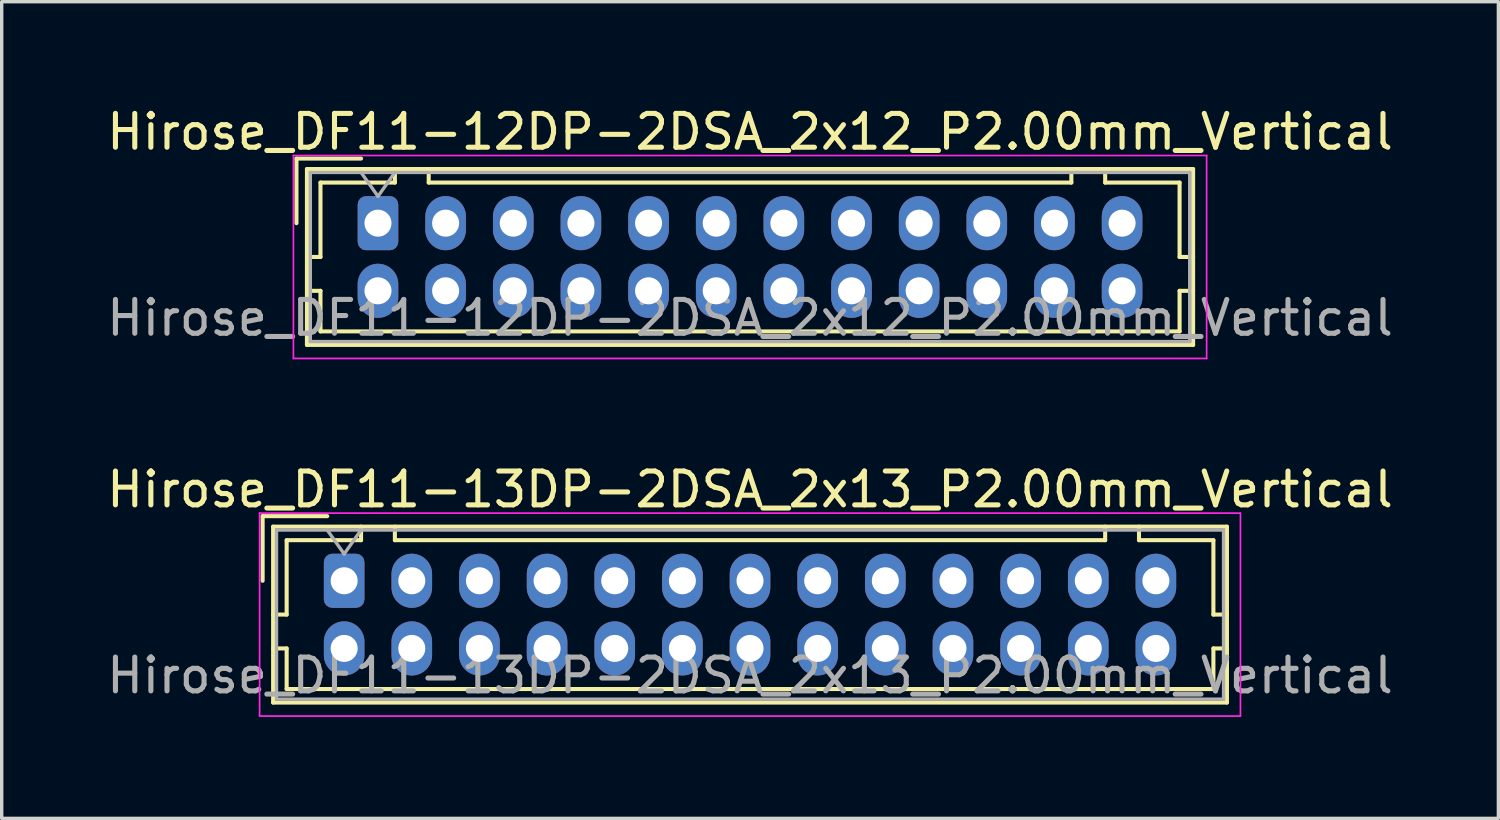
<source format=kicad_pcb>
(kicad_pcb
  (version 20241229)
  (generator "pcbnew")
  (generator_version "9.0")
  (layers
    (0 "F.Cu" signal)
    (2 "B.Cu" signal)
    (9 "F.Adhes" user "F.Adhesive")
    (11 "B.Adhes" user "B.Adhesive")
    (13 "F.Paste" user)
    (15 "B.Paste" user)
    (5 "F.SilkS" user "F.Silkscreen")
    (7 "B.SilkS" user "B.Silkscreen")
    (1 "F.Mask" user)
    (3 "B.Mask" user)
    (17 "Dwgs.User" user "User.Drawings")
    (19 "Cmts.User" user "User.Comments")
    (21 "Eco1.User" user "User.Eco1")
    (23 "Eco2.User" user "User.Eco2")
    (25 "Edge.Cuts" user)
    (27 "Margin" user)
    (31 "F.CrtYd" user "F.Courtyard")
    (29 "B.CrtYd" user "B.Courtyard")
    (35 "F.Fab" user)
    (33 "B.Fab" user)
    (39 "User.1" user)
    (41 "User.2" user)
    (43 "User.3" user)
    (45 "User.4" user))
  (footprint "Hirose_DF11-13DP-2DSA_2x13_P2.00mm_Vertical"
    (layer "F.Cu")
    (at 7.125 14.121)
    (property "Reference" "Hirose_DF11-13DP-2DSA_2x13_P2.00mm_Vertical" (at 12 -2.7 0) (layer "F.SilkS") (effects (font (size 1 1) (thickness 0.15))))
    (attr through_hole)
    (fp_line (start -2.41 -1.91) (end -0.5 -1.91) (stroke (width 0.12) (type solid)) (layer "F.SilkS"))
    (fp_line (start -2.41 0) (end -2.41 -1.91) (stroke (width 0.12) (type solid)) (layer "F.SilkS"))
    (fp_line (start -2.1 -1.6) (end -2.1 3.6) (stroke (width 0.12) (type solid)) (layer "F.SilkS"))
    (fp_line (start -2.1 1) (end -1.7 1) (stroke (width 0.12) (type solid)) (layer "F.SilkS"))
    (fp_line (start -2.1 2) (end -1.7 2) (stroke (width 0.12) (type solid)) (layer "F.SilkS"))
    (fp_line (start -2.1 3.6) (end 26.1 3.6) (stroke (width 0.12) (type solid)) (layer "F.SilkS"))
    (fp_line (start -1.7 -1.2) (end 0.5 -1.2) (stroke (width 0.12) (type solid)) (layer "F.SilkS"))
    (fp_line (start -1.7 1) (end -1.7 -1.2) (stroke (width 0.12) (type solid)) (layer "F.SilkS"))
    (fp_line (start -1.7 2) (end -1.7 3.2) (stroke (width 0.12) (type solid)) (layer "F.SilkS"))
    (fp_line (start -1.7 3.2) (end 25.7 3.2) (stroke (width 0.12) (type solid)) (layer "F.SilkS"))
    (fp_line (start 0.5 -1.2) (end 0.5 -1.6) (stroke (width 0.12) (type solid)) (layer "F.SilkS"))
    (fp_line (start 1.5 -1.6) (end 1.5 -1.2) (stroke (width 0.12) (type solid)) (layer "F.SilkS"))
    (fp_line (start 1.5 -1.2) (end 22.5 -1.2) (stroke (width 0.12) (type solid)) (layer "F.SilkS"))
    (fp_line (start 22.5 -1.2) (end 22.5 -1.6) (stroke (width 0.12) (type solid)) (layer "F.SilkS"))
    (fp_line (start 23.5 -1.2) (end 23.5 -1.6) (stroke (width 0.12) (type solid)) (layer "F.SilkS"))
    (fp_line (start 25.7 -1.2) (end 23.5 -1.2) (stroke (width 0.12) (type solid)) (layer "F.SilkS"))
    (fp_line (start 25.7 1) (end 25.7 -1.2) (stroke (width 0.12) (type solid)) (layer "F.SilkS"))
    (fp_line (start 25.7 2) (end 26.1 2) (stroke (width 0.12) (type solid)) (layer "F.SilkS"))
    (fp_line (start 25.7 3.2) (end 25.7 2) (stroke (width 0.12) (type solid)) (layer "F.SilkS"))
    (fp_line (start 26.1 -1.6) (end -2.1 -1.6) (stroke (width 0.12) (type solid)) (layer "F.SilkS"))
    (fp_line (start 26.1 1) (end 25.7 1) (stroke (width 0.12) (type solid)) (layer "F.SilkS"))
    (fp_line (start 26.1 3.6) (end 26.1 -1.6) (stroke (width 0.12) (type solid)) (layer "F.SilkS"))
    (fp_line (start -2.5 -2) (end -2.5 4) (stroke (width 0.05) (type solid)) (layer "F.CrtYd"))
    (fp_line (start -2.5 4) (end 26.5 4) (stroke (width 0.05) (type solid)) (layer "F.CrtYd"))
    (fp_line (start 26.5 -2) (end -2.5 -2) (stroke (width 0.05) (type solid)) (layer "F.CrtYd"))
    (fp_line (start 26.5 4) (end 26.5 -2) (stroke (width 0.05) (type solid)) (layer "F.CrtYd"))
    (fp_line (start -2 -1.5) (end -2 3.5) (stroke (width 0.1) (type solid)) (layer "F.Fab"))
    (fp_line (start -2 3.5) (end 26 3.5) (stroke (width 0.1) (type solid)) (layer "F.Fab"))
    (fp_line (start -0.5 -1.5) (end 0 -0.793) (stroke (width 0.1) (type solid)) (layer "F.Fab"))
    (fp_line (start 0 -0.793) (end 0.5 -1.5) (stroke (width 0.1) (type solid)) (layer "F.Fab"))
    (fp_line (start 26 -1.5) (end -2 -1.5) (stroke (width 0.1) (type solid)) (layer "F.Fab"))
    (fp_line (start 26 3.5) (end 26 -1.5) (stroke (width 0.1) (type solid)) (layer "F.Fab"))
    (fp_text user "${REFERENCE}" (at 12 2.8 0) (layer "F.Fab") (effects (font (size 1 1) (thickness 0.15))))
    (pad "1" thru_hole roundrect (at 0 0) (size 1.2 1.6) (drill 0.8) (layers "*.Cu" "*.Mask") (roundrect_rratio 0.208))
    (pad "2" thru_hole oval (at 0 2) (size 1.2 1.6) (drill 0.8) (layers "*.Cu" "*.Mask"))
    (pad "3" thru_hole oval (at 2 0) (size 1.2 1.6) (drill 0.8) (layers "*.Cu" "*.Mask"))
    (pad "4" thru_hole oval (at 2 2) (size 1.2 1.6) (drill 0.8) (layers "*.Cu" "*.Mask"))
    (pad "5" thru_hole oval (at 4 0) (size 1.2 1.6) (drill 0.8) (layers "*.Cu" "*.Mask"))
    (pad "6" thru_hole oval (at 4 2) (size 1.2 1.6) (drill 0.8) (layers "*.Cu" "*.Mask"))
    (pad "7" thru_hole oval (at 6 0) (size 1.2 1.6) (drill 0.8) (layers "*.Cu" "*.Mask"))
    (pad "8" thru_hole oval (at 6 2) (size 1.2 1.6) (drill 0.8) (layers "*.Cu" "*.Mask"))
    (pad "9" thru_hole oval (at 8 0) (size 1.2 1.6) (drill 0.8) (layers "*.Cu" "*.Mask"))
    (pad "10" thru_hole oval (at 8 2) (size 1.2 1.6) (drill 0.8) (layers "*.Cu" "*.Mask"))
    (pad "11" thru_hole oval (at 10 0) (size 1.2 1.6) (drill 0.8) (layers "*.Cu" "*.Mask"))
    (pad "12" thru_hole oval (at 10 2) (size 1.2 1.6) (drill 0.8) (layers "*.Cu" "*.Mask"))
    (pad "13" thru_hole oval (at 12 0) (size 1.2 1.6) (drill 0.8) (layers "*.Cu" "*.Mask"))
    (pad "14" thru_hole oval (at 12 2) (size 1.2 1.6) (drill 0.8) (layers "*.Cu" "*.Mask"))
    (pad "15" thru_hole oval (at 14 0) (size 1.2 1.6) (drill 0.8) (layers "*.Cu" "*.Mask"))
    (pad "16" thru_hole oval (at 14 2) (size 1.2 1.6) (drill 0.8) (layers "*.Cu" "*.Mask"))
    (pad "17" thru_hole oval (at 16 0) (size 1.2 1.6) (drill 0.8) (layers "*.Cu" "*.Mask"))
    (pad "18" thru_hole oval (at 16 2) (size 1.2 1.6) (drill 0.8) (layers "*.Cu" "*.Mask"))
    (pad "19" thru_hole oval (at 18 0) (size 1.2 1.6) (drill 0.8) (layers "*.Cu" "*.Mask"))
    (pad "20" thru_hole oval (at 18 2) (size 1.2 1.6) (drill 0.8) (layers "*.Cu" "*.Mask"))
    (pad "21" thru_hole oval (at 20 0) (size 1.2 1.6) (drill 0.8) (layers "*.Cu" "*.Mask"))
    (pad "22" thru_hole oval (at 20 2) (size 1.2 1.6) (drill 0.8) (layers "*.Cu" "*.Mask"))
    (pad "23" thru_hole oval (at 22 0) (size 1.2 1.6) (drill 0.8) (layers "*.Cu" "*.Mask"))
    (pad "24" thru_hole oval (at 22 2) (size 1.2 1.6) (drill 0.8) (layers "*.Cu" "*.Mask"))
    (pad "25" thru_hole oval (at 24 0) (size 1.2 1.6) (drill 0.8) (layers "*.Cu" "*.Mask"))
    (pad "26" thru_hole oval (at 24 2) (size 1.2 1.6) (drill 0.8) (layers "*.Cu" "*.Mask")))
  (footprint "Hirose_DF11-12DP-2DSA_2x12_P2.00mm_Vertical"
    (layer "F.Cu")
    (at 8.125 3.548)
    (property "Reference" "Hirose_DF11-12DP-2DSA_2x12_P2.00mm_Vertical" (at 11 -2.7 0) (layer "F.SilkS") (effects (font (size 1 1) (thickness 0.15))))
    (attr through_hole)
    (fp_line (start -2.41 -1.91) (end -0.5 -1.91) (stroke (width 0.12) (type solid)) (layer "F.SilkS"))
    (fp_line (start -2.41 0) (end -2.41 -1.91) (stroke (width 0.12) (type solid)) (layer "F.SilkS"))
    (fp_line (start -2.1 -1.6) (end -2.1 3.6) (stroke (width 0.12) (type solid)) (layer "F.SilkS"))
    (fp_line (start -2.1 1) (end -1.7 1) (stroke (width 0.12) (type solid)) (layer "F.SilkS"))
    (fp_line (start -2.1 2) (end -1.7 2) (stroke (width 0.12) (type solid)) (layer "F.SilkS"))
    (fp_line (start -2.1 3.6) (end 24.1 3.6) (stroke (width 0.12) (type solid)) (layer "F.SilkS"))
    (fp_line (start -1.7 -1.2) (end 0.5 -1.2) (stroke (width 0.12) (type solid)) (layer "F.SilkS"))
    (fp_line (start -1.7 1) (end -1.7 -1.2) (stroke (width 0.12) (type solid)) (layer "F.SilkS"))
    (fp_line (start -1.7 2) (end -1.7 3.2) (stroke (width 0.12) (type solid)) (layer "F.SilkS"))
    (fp_line (start -1.7 3.2) (end 23.7 3.2) (stroke (width 0.12) (type solid)) (layer "F.SilkS"))
    (fp_line (start 0.5 -1.2) (end 0.5 -1.6) (stroke (width 0.12) (type solid)) (layer "F.SilkS"))
    (fp_line (start 1.5 -1.6) (end 1.5 -1.2) (stroke (width 0.12) (type solid)) (layer "F.SilkS"))
    (fp_line (start 1.5 -1.2) (end 20.5 -1.2) (stroke (width 0.12) (type solid)) (layer "F.SilkS"))
    (fp_line (start 20.5 -1.2) (end 20.5 -1.6) (stroke (width 0.12) (type solid)) (layer "F.SilkS"))
    (fp_line (start 21.5 -1.2) (end 21.5 -1.6) (stroke (width 0.12) (type solid)) (layer "F.SilkS"))
    (fp_line (start 23.7 -1.2) (end 21.5 -1.2) (stroke (width 0.12) (type solid)) (layer "F.SilkS"))
    (fp_line (start 23.7 1) (end 23.7 -1.2) (stroke (width 0.12) (type solid)) (layer "F.SilkS"))
    (fp_line (start 23.7 2) (end 24.1 2) (stroke (width 0.12) (type solid)) (layer "F.SilkS"))
    (fp_line (start 23.7 3.2) (end 23.7 2) (stroke (width 0.12) (type solid)) (layer "F.SilkS"))
    (fp_line (start 24.1 -1.6) (end -2.1 -1.6) (stroke (width 0.12) (type solid)) (layer "F.SilkS"))
    (fp_line (start 24.1 1) (end 23.7 1) (stroke (width 0.12) (type solid)) (layer "F.SilkS"))
    (fp_line (start 24.1 3.6) (end 24.1 -1.6) (stroke (width 0.12) (type solid)) (layer "F.SilkS"))
    (fp_line (start -2.5 -2) (end -2.5 4) (stroke (width 0.05) (type solid)) (layer "F.CrtYd"))
    (fp_line (start -2.5 4) (end 24.5 4) (stroke (width 0.05) (type solid)) (layer "F.CrtYd"))
    (fp_line (start 24.5 -2) (end -2.5 -2) (stroke (width 0.05) (type solid)) (layer "F.CrtYd"))
    (fp_line (start 24.5 4) (end 24.5 -2) (stroke (width 0.05) (type solid)) (layer "F.CrtYd"))
    (fp_line (start -2 -1.5) (end -2 3.5) (stroke (width 0.1) (type solid)) (layer "F.Fab"))
    (fp_line (start -2 3.5) (end 24 3.5) (stroke (width 0.1) (type solid)) (layer "F.Fab"))
    (fp_line (start -0.5 -1.5) (end 0 -0.793) (stroke (width 0.1) (type solid)) (layer "F.Fab"))
    (fp_line (start 0 -0.793) (end 0.5 -1.5) (stroke (width 0.1) (type solid)) (layer "F.Fab"))
    (fp_line (start 24 -1.5) (end -2 -1.5) (stroke (width 0.1) (type solid)) (layer "F.Fab"))
    (fp_line (start 24 3.5) (end 24 -1.5) (stroke (width 0.1) (type solid)) (layer "F.Fab"))
    (fp_text user "${REFERENCE}" (at 11 2.8 0) (layer "F.Fab") (effects (font (size 1 1) (thickness 0.15))))
    (pad "1" thru_hole roundrect (at 0 0) (size 1.2 1.6) (drill 0.8) (layers "*.Cu" "*.Mask") (roundrect_rratio 0.208))
    (pad "2" thru_hole oval (at 0 2) (size 1.2 1.6) (drill 0.8) (layers "*.Cu" "*.Mask"))
    (pad "3" thru_hole oval (at 2 0) (size 1.2 1.6) (drill 0.8) (layers "*.Cu" "*.Mask"))
    (pad "4" thru_hole oval (at 2 2) (size 1.2 1.6) (drill 0.8) (layers "*.Cu" "*.Mask"))
    (pad "5" thru_hole oval (at 4 0) (size 1.2 1.6) (drill 0.8) (layers "*.Cu" "*.Mask"))
    (pad "6" thru_hole oval (at 4 2) (size 1.2 1.6) (drill 0.8) (layers "*.Cu" "*.Mask"))
    (pad "7" thru_hole oval (at 6 0) (size 1.2 1.6) (drill 0.8) (layers "*.Cu" "*.Mask"))
    (pad "8" thru_hole oval (at 6 2) (size 1.2 1.6) (drill 0.8) (layers "*.Cu" "*.Mask"))
    (pad "9" thru_hole oval (at 8 0) (size 1.2 1.6) (drill 0.8) (layers "*.Cu" "*.Mask"))
    (pad "10" thru_hole oval (at 8 2) (size 1.2 1.6) (drill 0.8) (layers "*.Cu" "*.Mask"))
    (pad "11" thru_hole oval (at 10 0) (size 1.2 1.6) (drill 0.8) (layers "*.Cu" "*.Mask"))
    (pad "12" thru_hole oval (at 10 2) (size 1.2 1.6) (drill 0.8) (layers "*.Cu" "*.Mask"))
    (pad "13" thru_hole oval (at 12 0) (size 1.2 1.6) (drill 0.8) (layers "*.Cu" "*.Mask"))
    (pad "14" thru_hole oval (at 12 2) (size 1.2 1.6) (drill 0.8) (layers "*.Cu" "*.Mask"))
    (pad "15" thru_hole oval (at 14 0) (size 1.2 1.6) (drill 0.8) (layers "*.Cu" "*.Mask"))
    (pad "16" thru_hole oval (at 14 2) (size 1.2 1.6) (drill 0.8) (layers "*.Cu" "*.Mask"))
    (pad "17" thru_hole oval (at 16 0) (size 1.2 1.6) (drill 0.8) (layers "*.Cu" "*.Mask"))
    (pad "18" thru_hole oval (at 16 2) (size 1.2 1.6) (drill 0.8) (layers "*.Cu" "*.Mask"))
    (pad "19" thru_hole oval (at 18 0) (size 1.2 1.6) (drill 0.8) (layers "*.Cu" "*.Mask"))
    (pad "20" thru_hole oval (at 18 2) (size 1.2 1.6) (drill 0.8) (layers "*.Cu" "*.Mask"))
    (pad "21" thru_hole oval (at 20 0) (size 1.2 1.6) (drill 0.8) (layers "*.Cu" "*.Mask"))
    (pad "22" thru_hole oval (at 20 2) (size 1.2 1.6) (drill 0.8) (layers "*.Cu" "*.Mask"))
    (pad "23" thru_hole oval (at 22 0) (size 1.2 1.6) (drill 0.8) (layers "*.Cu" "*.Mask"))
    (pad "24" thru_hole oval (at 22 2) (size 1.2 1.6) (drill 0.8) (layers "*.Cu" "*.Mask")))
  (gr_rect
    (start -3 -3)
    (end 41.25 21.146)
    (stroke (width 0.1) (type default))
    (fill no)
    (layer "Edge.Cuts")))
</source>
